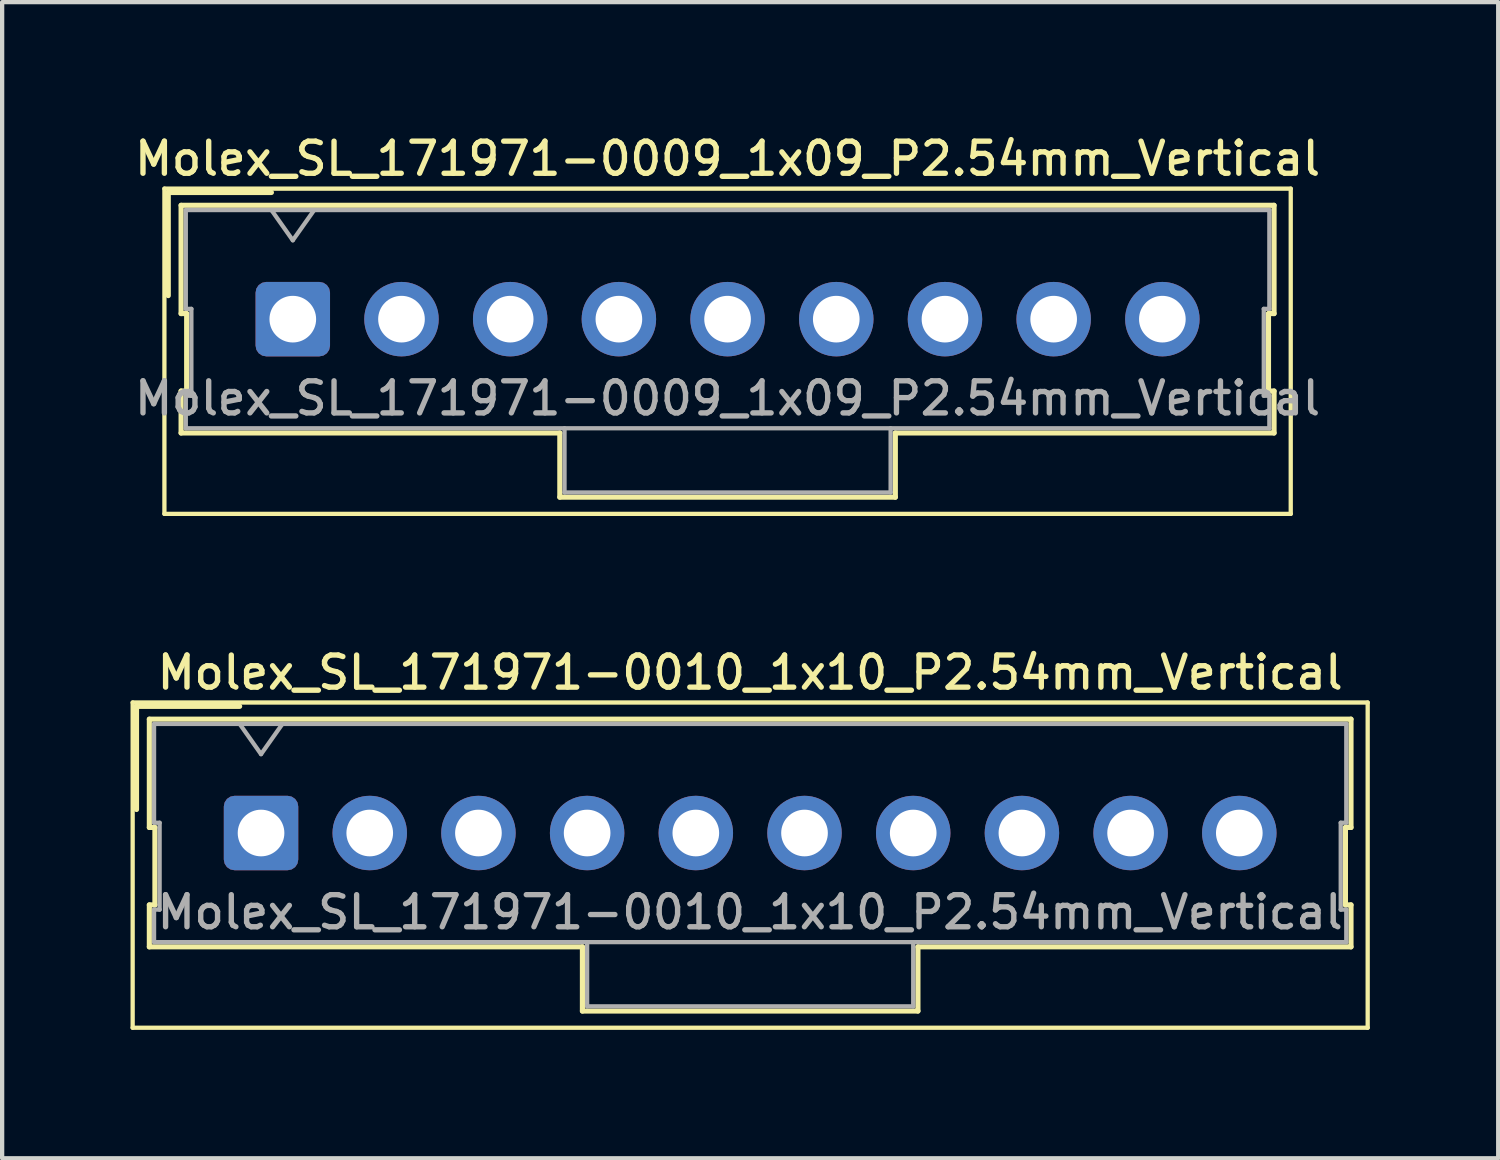
<source format=kicad_pcb>
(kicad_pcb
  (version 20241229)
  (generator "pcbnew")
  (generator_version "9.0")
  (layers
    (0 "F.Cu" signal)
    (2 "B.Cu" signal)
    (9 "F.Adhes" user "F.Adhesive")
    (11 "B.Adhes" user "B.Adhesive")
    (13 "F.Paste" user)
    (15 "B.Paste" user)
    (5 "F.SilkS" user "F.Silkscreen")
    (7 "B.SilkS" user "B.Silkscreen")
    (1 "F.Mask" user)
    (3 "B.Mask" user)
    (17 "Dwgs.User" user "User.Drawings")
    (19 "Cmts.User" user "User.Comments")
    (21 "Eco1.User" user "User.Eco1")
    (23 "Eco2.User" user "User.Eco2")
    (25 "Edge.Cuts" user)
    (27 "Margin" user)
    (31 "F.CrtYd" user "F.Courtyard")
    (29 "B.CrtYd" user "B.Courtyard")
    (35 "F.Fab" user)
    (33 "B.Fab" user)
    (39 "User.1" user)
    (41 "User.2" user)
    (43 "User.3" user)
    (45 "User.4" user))
  (footprint "Molex_SL_171971-0010_1x10_P2.54mm_Vertical"
    (layer "F.Cu")
    (at 3.05 16.416)
    (property "Reference" "Molex_SL_171971-0010_1x10_P2.54mm_Vertical" (at 11.43 -3.75 0) (layer "F.SilkS") (effects (font (size 0.75 0.75) (thickness 0.125))))
    (attr through_hole)
    (fp_line (start -3 -3.05) (end -3 4.55) (stroke (width 0.1) (type solid)) (layer "F.SilkS"))
    (fp_line (start -3 4.55) (end 25.86 4.55) (stroke (width 0.1) (type solid)) (layer "F.SilkS"))
    (fp_line (start -2.91 -2.96) (end -0.5 -2.96) (stroke (width 0.12) (type solid)) (layer "F.SilkS"))
    (fp_line (start -2.91 -0.55) (end -2.91 -2.96) (stroke (width 0.12) (type solid)) (layer "F.SilkS"))
    (fp_line (start -2.61 -2.66) (end -2.61 -0.13) (stroke (width 0.12) (type solid)) (layer "F.SilkS"))
    (fp_line (start -2.61 -0.13) (end -2.48 -0.13) (stroke (width 0.12) (type solid)) (layer "F.SilkS"))
    (fp_line (start -2.61 1.68) (end -2.61 2.66) (stroke (width 0.12) (type solid)) (layer "F.SilkS"))
    (fp_line (start -2.61 2.66) (end 7.51 2.66) (stroke (width 0.12) (type solid)) (layer "F.SilkS"))
    (fp_line (start -2.48 -0.13) (end -2.48 1.68) (stroke (width 0.12) (type solid)) (layer "F.SilkS"))
    (fp_line (start -2.48 1.68) (end -2.61 1.68) (stroke (width 0.12) (type solid)) (layer "F.SilkS"))
    (fp_line (start 7.51 2.66) (end 7.51 4.16) (stroke (width 0.12) (type solid)) (layer "F.SilkS"))
    (fp_line (start 7.51 4.16) (end 15.35 4.16) (stroke (width 0.12) (type solid)) (layer "F.SilkS"))
    (fp_line (start 15.35 2.66) (end 25.47 2.66) (stroke (width 0.12) (type solid)) (layer "F.SilkS"))
    (fp_line (start 15.35 4.16) (end 15.35 2.66) (stroke (width 0.12) (type solid)) (layer "F.SilkS"))
    (fp_line (start 25.34 -0.13) (end 25.47 -0.13) (stroke (width 0.12) (type solid)) (layer "F.SilkS"))
    (fp_line (start 25.34 1.68) (end 25.34 -0.13) (stroke (width 0.12) (type solid)) (layer "F.SilkS"))
    (fp_line (start 25.47 -2.66) (end -2.61 -2.66) (stroke (width 0.12) (type solid)) (layer "F.SilkS"))
    (fp_line (start 25.47 -0.13) (end 25.47 -2.66) (stroke (width 0.12) (type solid)) (layer "F.SilkS"))
    (fp_line (start 25.47 1.68) (end 25.34 1.68) (stroke (width 0.12) (type solid)) (layer "F.SilkS"))
    (fp_line (start 25.47 2.66) (end 25.47 1.68) (stroke (width 0.12) (type solid)) (layer "F.SilkS"))
    (fp_line (start 25.86 -3.05) (end -3 -3.05) (stroke (width 0.1) (type solid)) (layer "F.SilkS"))
    (fp_line (start 25.86 4.55) (end 25.86 -3.05) (stroke (width 0.1) (type solid)) (layer "F.SilkS"))
    (fp_line (start -2.5 -2.55) (end -2.5 -0.24) (stroke (width 0.1) (type solid)) (layer "F.Fab"))
    (fp_line (start -2.5 -0.24) (end -2.37 -0.24) (stroke (width 0.1) (type solid)) (layer "F.Fab"))
    (fp_line (start -2.5 1.79) (end -2.5 2.55) (stroke (width 0.1) (type solid)) (layer "F.Fab"))
    (fp_line (start -2.5 2.55) (end 25.36 2.55) (stroke (width 0.1) (type solid)) (layer "F.Fab"))
    (fp_line (start -2.37 -0.24) (end -2.37 1.79) (stroke (width 0.1) (type solid)) (layer "F.Fab"))
    (fp_line (start -2.37 1.79) (end -2.5 1.79) (stroke (width 0.1) (type solid)) (layer "F.Fab"))
    (fp_line (start 0 -1.843) (end -0.5 -2.55) (stroke (width 0.1) (type solid)) (layer "F.Fab"))
    (fp_line (start 0.5 -2.55) (end 0 -1.843) (stroke (width 0.1) (type solid)) (layer "F.Fab"))
    (fp_line (start 7.62 2.55) (end 7.62 4.05) (stroke (width 0.1) (type solid)) (layer "F.Fab"))
    (fp_line (start 7.62 4.05) (end 15.24 4.05) (stroke (width 0.1) (type solid)) (layer "F.Fab"))
    (fp_line (start 15.24 4.05) (end 15.24 2.55) (stroke (width 0.1) (type solid)) (layer "F.Fab"))
    (fp_line (start 25.23 -0.24) (end 25.36 -0.24) (stroke (width 0.1) (type solid)) (layer "F.Fab"))
    (fp_line (start 25.23 1.79) (end 25.23 -0.24) (stroke (width 0.1) (type solid)) (layer "F.Fab"))
    (fp_line (start 25.36 -2.55) (end -2.5 -2.55) (stroke (width 0.1) (type solid)) (layer "F.Fab"))
    (fp_line (start 25.36 -0.24) (end 25.36 -2.55) (stroke (width 0.1) (type solid)) (layer "F.Fab"))
    (fp_line (start 25.36 1.79) (end 25.23 1.79) (stroke (width 0.1) (type solid)) (layer "F.Fab"))
    (fp_line (start 25.36 2.55) (end 25.36 1.79) (stroke (width 0.1) (type solid)) (layer "F.Fab"))
    (fp_text user "${REFERENCE}" (at 11.43 1.85 0) (layer "F.Fab") (effects (font (size 0.75 0.75) (thickness 0.125))))
    (pad "1" thru_hole roundrect (at 0 0) (size 1.74 1.74) (drill 1.09) (layers "*.Cu" "*.Mask") (roundrect_rratio 0.144))
    (pad "2" thru_hole circle (at 2.54 0) (size 1.74 1.74) (drill 1.09) (layers "*.Cu" "*.Mask"))
    (pad "3" thru_hole circle (at 5.08 0) (size 1.74 1.74) (drill 1.09) (layers "*.Cu" "*.Mask"))
    (pad "4" thru_hole circle (at 7.62 0) (size 1.74 1.74) (drill 1.09) (layers "*.Cu" "*.Mask"))
    (pad "5" thru_hole circle (at 10.16 0) (size 1.74 1.74) (drill 1.09) (layers "*.Cu" "*.Mask"))
    (pad "6" thru_hole circle (at 12.7 0) (size 1.74 1.74) (drill 1.09) (layers "*.Cu" "*.Mask"))
    (pad "7" thru_hole circle (at 15.24 0) (size 1.74 1.74) (drill 1.09) (layers "*.Cu" "*.Mask"))
    (pad "8" thru_hole circle (at 17.78 0) (size 1.74 1.74) (drill 1.09) (layers "*.Cu" "*.Mask"))
    (pad "9" thru_hole circle (at 20.32 0) (size 1.74 1.74) (drill 1.09) (layers "*.Cu" "*.Mask"))
    (pad "10" thru_hole circle (at 22.86 0) (size 1.74 1.74) (drill 1.09) (layers "*.Cu" "*.Mask")))
  (footprint "Molex_SL_171971-0009_1x09_P2.54mm_Vertical"
    (layer "F.Cu")
    (at 3.792 4.408)
    (property "Reference" "Molex_SL_171971-0009_1x09_P2.54mm_Vertical" (at 10.16 -3.75 0) (layer "F.SilkS") (effects (font (size 0.75 0.75) (thickness 0.125))))
    (attr through_hole)
    (fp_line (start -3 -3.05) (end -3 4.55) (stroke (width 0.1) (type solid)) (layer "F.SilkS"))
    (fp_line (start -3 4.55) (end 23.32 4.55) (stroke (width 0.1) (type solid)) (layer "F.SilkS"))
    (fp_line (start -2.91 -2.96) (end -0.5 -2.96) (stroke (width 0.12) (type solid)) (layer "F.SilkS"))
    (fp_line (start -2.91 -0.55) (end -2.91 -2.96) (stroke (width 0.12) (type solid)) (layer "F.SilkS"))
    (fp_line (start -2.61 -2.66) (end -2.61 -0.13) (stroke (width 0.12) (type solid)) (layer "F.SilkS"))
    (fp_line (start -2.61 -0.13) (end -2.48 -0.13) (stroke (width 0.12) (type solid)) (layer "F.SilkS"))
    (fp_line (start -2.61 1.68) (end -2.61 2.66) (stroke (width 0.12) (type solid)) (layer "F.SilkS"))
    (fp_line (start -2.61 2.66) (end 6.24 2.66) (stroke (width 0.12) (type solid)) (layer "F.SilkS"))
    (fp_line (start -2.48 -0.13) (end -2.48 1.68) (stroke (width 0.12) (type solid)) (layer "F.SilkS"))
    (fp_line (start -2.48 1.68) (end -2.61 1.68) (stroke (width 0.12) (type solid)) (layer "F.SilkS"))
    (fp_line (start 6.24 2.66) (end 6.24 4.16) (stroke (width 0.12) (type solid)) (layer "F.SilkS"))
    (fp_line (start 6.24 4.16) (end 14.08 4.16) (stroke (width 0.12) (type solid)) (layer "F.SilkS"))
    (fp_line (start 14.08 2.66) (end 22.93 2.66) (stroke (width 0.12) (type solid)) (layer "F.SilkS"))
    (fp_line (start 14.08 4.16) (end 14.08 2.66) (stroke (width 0.12) (type solid)) (layer "F.SilkS"))
    (fp_line (start 22.8 -0.13) (end 22.93 -0.13) (stroke (width 0.12) (type solid)) (layer "F.SilkS"))
    (fp_line (start 22.8 1.68) (end 22.8 -0.13) (stroke (width 0.12) (type solid)) (layer "F.SilkS"))
    (fp_line (start 22.93 -2.66) (end -2.61 -2.66) (stroke (width 0.12) (type solid)) (layer "F.SilkS"))
    (fp_line (start 22.93 -0.13) (end 22.93 -2.66) (stroke (width 0.12) (type solid)) (layer "F.SilkS"))
    (fp_line (start 22.93 1.68) (end 22.8 1.68) (stroke (width 0.12) (type solid)) (layer "F.SilkS"))
    (fp_line (start 22.93 2.66) (end 22.93 1.68) (stroke (width 0.12) (type solid)) (layer "F.SilkS"))
    (fp_line (start 23.32 -3.05) (end -3 -3.05) (stroke (width 0.1) (type solid)) (layer "F.SilkS"))
    (fp_line (start 23.32 4.55) (end 23.32 -3.05) (stroke (width 0.1) (type solid)) (layer "F.SilkS"))
    (fp_line (start -2.5 -2.55) (end -2.5 -0.24) (stroke (width 0.1) (type solid)) (layer "F.Fab"))
    (fp_line (start -2.5 -0.24) (end -2.37 -0.24) (stroke (width 0.1) (type solid)) (layer "F.Fab"))
    (fp_line (start -2.5 1.79) (end -2.5 2.55) (stroke (width 0.1) (type solid)) (layer "F.Fab"))
    (fp_line (start -2.5 2.55) (end 22.82 2.55) (stroke (width 0.1) (type solid)) (layer "F.Fab"))
    (fp_line (start -2.37 -0.24) (end -2.37 1.79) (stroke (width 0.1) (type solid)) (layer "F.Fab"))
    (fp_line (start -2.37 1.79) (end -2.5 1.79) (stroke (width 0.1) (type solid)) (layer "F.Fab"))
    (fp_line (start 0 -1.843) (end -0.5 -2.55) (stroke (width 0.1) (type solid)) (layer "F.Fab"))
    (fp_line (start 0.5 -2.55) (end 0 -1.843) (stroke (width 0.1) (type solid)) (layer "F.Fab"))
    (fp_line (start 6.35 2.55) (end 6.35 4.05) (stroke (width 0.1) (type solid)) (layer "F.Fab"))
    (fp_line (start 6.35 4.05) (end 13.97 4.05) (stroke (width 0.1) (type solid)) (layer "F.Fab"))
    (fp_line (start 13.97 4.05) (end 13.97 2.55) (stroke (width 0.1) (type solid)) (layer "F.Fab"))
    (fp_line (start 22.69 -0.24) (end 22.82 -0.24) (stroke (width 0.1) (type solid)) (layer "F.Fab"))
    (fp_line (start 22.69 1.79) (end 22.69 -0.24) (stroke (width 0.1) (type solid)) (layer "F.Fab"))
    (fp_line (start 22.82 -2.55) (end -2.5 -2.55) (stroke (width 0.1) (type solid)) (layer "F.Fab"))
    (fp_line (start 22.82 -0.24) (end 22.82 -2.55) (stroke (width 0.1) (type solid)) (layer "F.Fab"))
    (fp_line (start 22.82 1.79) (end 22.69 1.79) (stroke (width 0.1) (type solid)) (layer "F.Fab"))
    (fp_line (start 22.82 2.55) (end 22.82 1.79) (stroke (width 0.1) (type solid)) (layer "F.Fab"))
    (fp_text user "${REFERENCE}" (at 10.16 1.85 0) (layer "F.Fab") (effects (font (size 0.75 0.75) (thickness 0.125))))
    (pad "1" thru_hole roundrect (at 0 0) (size 1.74 1.74) (drill 1.09) (layers "*.Cu" "*.Mask") (roundrect_rratio 0.144))
    (pad "2" thru_hole circle (at 2.54 0) (size 1.74 1.74) (drill 1.09) (layers "*.Cu" "*.Mask"))
    (pad "3" thru_hole circle (at 5.08 0) (size 1.74 1.74) (drill 1.09) (layers "*.Cu" "*.Mask"))
    (pad "4" thru_hole circle (at 7.62 0) (size 1.74 1.74) (drill 1.09) (layers "*.Cu" "*.Mask"))
    (pad "5" thru_hole circle (at 10.16 0) (size 1.74 1.74) (drill 1.09) (layers "*.Cu" "*.Mask"))
    (pad "6" thru_hole circle (at 12.7 0) (size 1.74 1.74) (drill 1.09) (layers "*.Cu" "*.Mask"))
    (pad "7" thru_hole circle (at 15.24 0) (size 1.74 1.74) (drill 1.09) (layers "*.Cu" "*.Mask"))
    (pad "8" thru_hole circle (at 17.78 0) (size 1.74 1.74) (drill 1.09) (layers "*.Cu" "*.Mask"))
    (pad "9" thru_hole circle (at 20.32 0) (size 1.74 1.74) (drill 1.09) (layers "*.Cu" "*.Mask")))
  (gr_rect
    (start -3 -3)
    (end 31.96 24.016)
    (stroke (width 0.1) (type default))
    (fill no)
    (layer "Edge.Cuts")))
</source>
